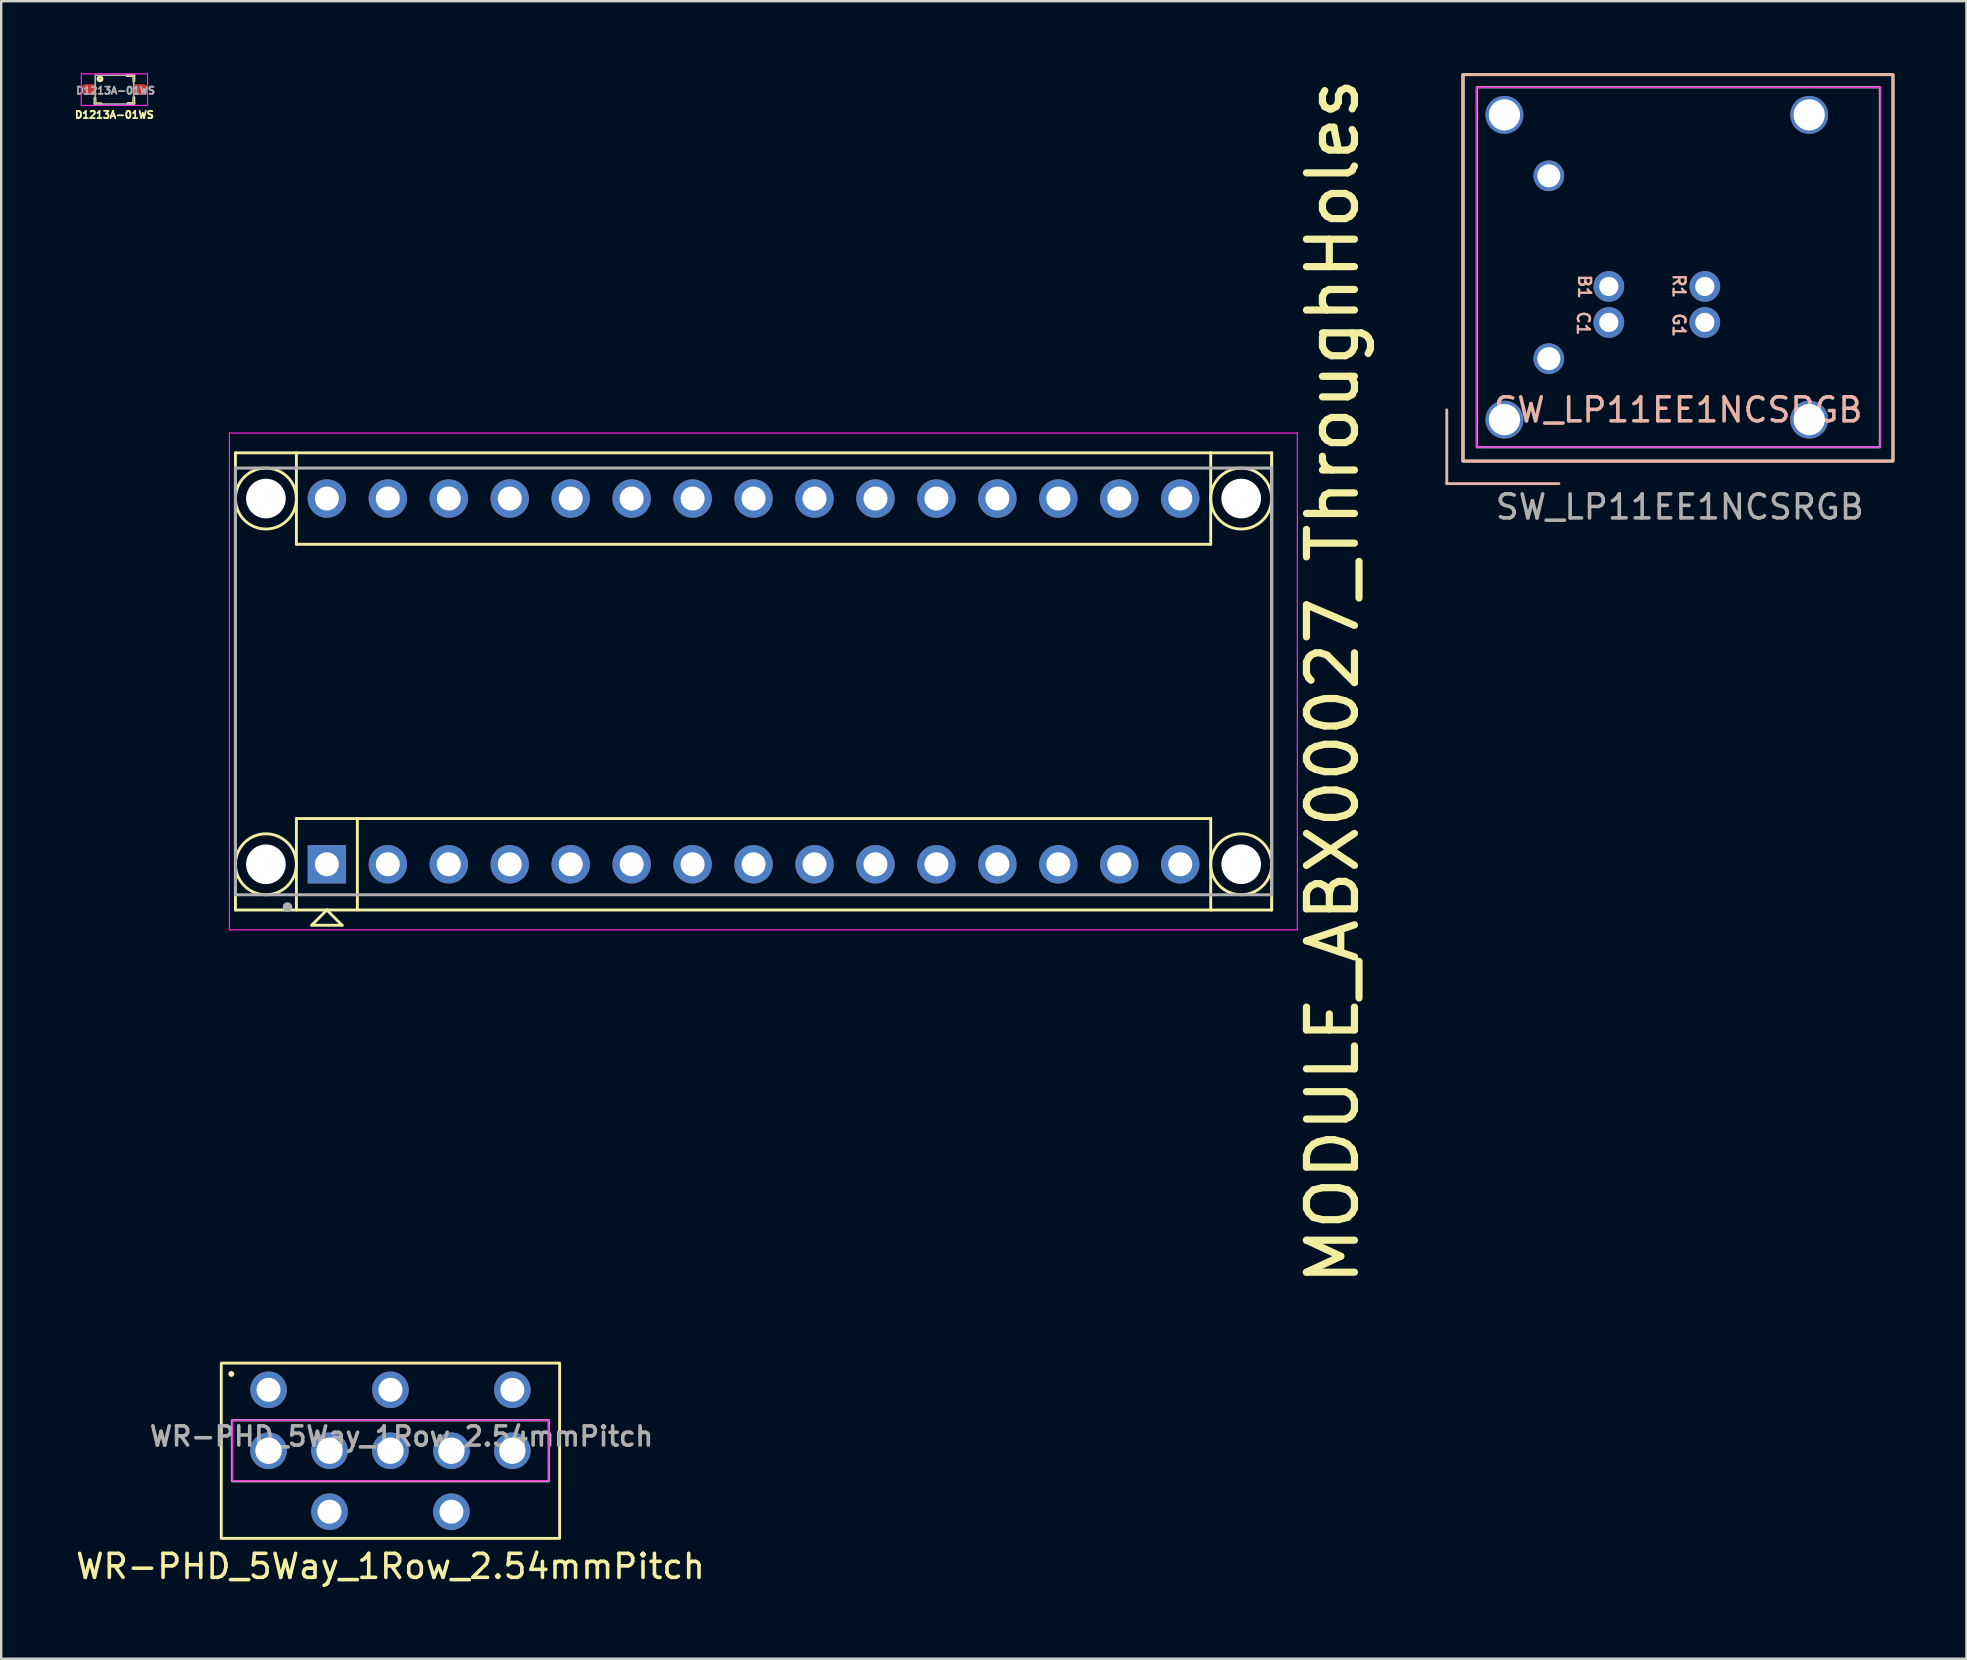
<source format=kicad_pcb>
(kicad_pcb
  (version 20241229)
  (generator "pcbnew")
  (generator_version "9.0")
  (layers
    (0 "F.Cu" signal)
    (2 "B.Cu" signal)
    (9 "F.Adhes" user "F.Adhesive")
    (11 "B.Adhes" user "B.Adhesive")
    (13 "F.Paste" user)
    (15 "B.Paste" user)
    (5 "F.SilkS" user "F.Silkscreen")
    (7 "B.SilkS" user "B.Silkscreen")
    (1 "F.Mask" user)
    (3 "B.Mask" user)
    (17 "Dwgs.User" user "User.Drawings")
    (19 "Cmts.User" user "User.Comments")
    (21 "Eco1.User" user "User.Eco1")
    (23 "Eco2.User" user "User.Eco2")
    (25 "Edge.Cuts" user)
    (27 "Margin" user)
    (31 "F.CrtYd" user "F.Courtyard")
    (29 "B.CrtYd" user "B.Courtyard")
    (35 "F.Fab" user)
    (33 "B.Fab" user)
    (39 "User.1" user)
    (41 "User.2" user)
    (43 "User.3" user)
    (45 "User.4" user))
  (footprint "MODULE_ABX00027_ThroughHoles"
    (layer "F.Cu")
    (at 28.351 25.345)
    (property "Reference" "MODULE_ABX00027_ThroughHoles" (at 24.13 0 90) (layer "F.SilkS") (effects (font (size 2 2) (thickness 0.3))))
    (attr smd)
    (fp_line (start -21.59 -9.525) (end 19.05 -9.525) (stroke (width 0.12) (type solid)) (layer "F.SilkS"))
    (fp_line (start -21.59 9.525) (end -21.59 -9.525) (stroke (width 0.12) (type solid)) (layer "F.SilkS"))
    (fp_line (start -19.05 -5.715) (end -19.05 -9.525) (stroke (width 0.12) (type solid)) (layer "F.SilkS"))
    (fp_line (start -19.05 5.715) (end 19.05 5.715) (stroke (width 0.12) (type solid)) (layer "F.SilkS"))
    (fp_line (start -19.05 9.525) (end -21.59 9.525) (stroke (width 0.12) (type solid)) (layer "F.SilkS"))
    (fp_line (start -19.05 9.525) (end -19.05 5.715) (stroke (width 0.12) (type solid)) (layer "F.SilkS"))
    (fp_line (start -18.415 10.16) (end -17.145 10.16) (stroke (width 0.12) (type solid)) (layer "F.SilkS"))
    (fp_line (start -17.78 9.525) (end -18.415 10.16) (stroke (width 0.12) (type solid)) (layer "F.SilkS"))
    (fp_line (start -17.145 10.16) (end -17.78 9.525) (stroke (width 0.12) (type solid)) (layer "F.SilkS"))
    (fp_line (start -16.51 5.715) (end -16.51 9.525) (stroke (width 0.12) (type solid)) (layer "F.SilkS"))
    (fp_line (start 19.05 -9.525) (end 19.05 -5.715) (stroke (width 0.12) (type solid)) (layer "F.SilkS"))
    (fp_line (start 19.05 -9.525) (end 21.59 -9.525) (stroke (width 0.12) (type solid)) (layer "F.SilkS"))
    (fp_line (start 19.05 -5.715) (end -19.05 -5.715) (stroke (width 0.12) (type solid)) (layer "F.SilkS"))
    (fp_line (start 19.05 5.715) (end 19.05 9.525) (stroke (width 0.12) (type solid)) (layer "F.SilkS"))
    (fp_line (start 19.05 9.525) (end -19.05 9.525) (stroke (width 0.12) (type solid)) (layer "F.SilkS"))
    (fp_line (start 19.05 9.525) (end 21.59 9.525) (stroke (width 0.12) (type solid)) (layer "F.SilkS"))
    (fp_line (start 21.59 9.525) (end 21.59 -9.525) (stroke (width 0.127) (type solid)) (layer "F.SilkS"))
    (fp_circle (center -20.32 -7.62) (end -19.05 -7.62) (stroke (width 0.12) (type solid)) (fill no) (layer "F.SilkS"))
    (fp_circle (center -20.32 7.62) (end -19.05 7.62) (stroke (width 0.12) (type solid)) (fill no) (layer "F.SilkS"))
    (fp_circle (center 20.32 -7.62) (end 21.59 -7.62) (stroke (width 0.12) (type solid)) (fill no) (layer "F.SilkS"))
    (fp_circle (center 20.32 7.62) (end 21.59 7.62) (stroke (width 0.12) (type solid)) (fill no) (layer "F.SilkS"))
    (fp_line (start -21.84 -10.35) (end -21.84 10.35) (stroke (width 0.05) (type solid)) (layer "F.CrtYd"))
    (fp_line (start -21.84 10.35) (end 22.66 10.35) (stroke (width 0.05) (type solid)) (layer "F.CrtYd"))
    (fp_line (start 22.66 -10.35) (end -21.84 -10.35) (stroke (width 0.05) (type solid)) (layer "F.CrtYd"))
    (fp_line (start 22.66 10.35) (end 22.66 -10.35) (stroke (width 0.05) (type solid)) (layer "F.CrtYd"))
    (fp_line (start -21.59 -8.89) (end -21.59 8.89) (stroke (width 0.127) (type solid)) (layer "F.Fab"))
    (fp_line (start -21.59 -8.89) (end -21.59 8.89) (stroke (width 0.127) (type solid)) (layer "F.Fab"))
    (fp_line (start -21.59 8.89) (end 21.59 8.89) (stroke (width 0.127) (type solid)) (layer "F.Fab"))
    (fp_line (start 21.59 -8.89) (end -21.59 -8.89) (stroke (width 0.127) (type solid)) (layer "F.Fab"))
    (fp_line (start 21.59 8.89) (end 21.59 -8.89) (stroke (width 0.127) (type solid)) (layer "F.Fab"))
    (fp_circle (center -19.42 9.4) (end -19.32 9.4) (stroke (width 0.2) (type solid)) (fill no) (layer "F.Fab"))
    (pad "" np_thru_hole circle (at -20.32 -7.62) (size 1.651 1.651) (drill 1.651) (layers "*.Cu" "*.Mask"))
    (pad "" np_thru_hole circle (at -20.32 7.62) (size 1.651 1.651) (drill 1.651) (layers "*.Cu" "*.Mask"))
    (pad "" np_thru_hole circle (at 20.32 -7.62) (size 1.651 1.651) (drill 1.651) (layers "*.Cu" "*.Mask"))
    (pad "" np_thru_hole circle (at 20.32 7.62) (size 1.651 1.651) (drill 1.651) (layers "*.Cu" "*.Mask"))
    (pad "1" thru_hole rect (at -17.78 7.62) (size 1.6 1.6) (drill 1) (layers "*.Cu" "*.Mask"))
    (pad "2" thru_hole circle (at -15.24 7.62) (size 1.6 1.6) (drill 1) (layers "*.Cu" "*.Mask"))
    (pad "3" thru_hole circle (at -12.7 7.62) (size 1.6 1.6) (drill 1) (layers "*.Cu" "*.Mask"))
    (pad "4" thru_hole circle (at -10.16 7.62) (size 1.6 1.6) (drill 1) (layers "*.Cu" "*.Mask"))
    (pad "5" thru_hole circle (at -7.62 7.62) (size 1.6 1.6) (drill 1) (layers "*.Cu" "*.Mask"))
    (pad "6" thru_hole circle (at -5.08 7.62) (size 1.6 1.6) (drill 1) (layers "*.Cu" "*.Mask"))
    (pad "7" thru_hole circle (at -2.54 7.62) (size 1.6 1.6) (drill 1) (layers "*.Cu" "*.Mask"))
    (pad "8" thru_hole circle (at 0 7.62) (size 1.6 1.6) (drill 1) (layers "*.Cu" "*.Mask"))
    (pad "9" thru_hole circle (at 2.54 7.62) (size 1.6 1.6) (drill 1) (layers "*.Cu" "*.Mask"))
    (pad "10" thru_hole circle (at 5.08 7.62) (size 1.6 1.6) (drill 1) (layers "*.Cu" "*.Mask"))
    (pad "11" thru_hole circle (at 7.62 7.62) (size 1.6 1.6) (drill 1) (layers "*.Cu" "*.Mask"))
    (pad "12" thru_hole circle (at 10.16 7.62) (size 1.6 1.6) (drill 1) (layers "*.Cu" "*.Mask"))
    (pad "13" thru_hole circle (at 12.7 7.62) (size 1.6 1.6) (drill 1) (layers "*.Cu" "*.Mask"))
    (pad "14" thru_hole circle (at 15.24 7.62) (size 1.6 1.6) (drill 1) (layers "*.Cu" "*.Mask"))
    (pad "15" thru_hole circle (at 17.78 7.62) (size 1.6 1.6) (drill 1) (layers "*.Cu" "*.Mask"))
    (pad "16" thru_hole circle (at 17.78 -7.62) (size 1.6 1.6) (drill 1) (layers "*.Cu" "*.Mask"))
    (pad "17" thru_hole circle (at 15.24 -7.62) (size 1.6 1.6) (drill 1) (layers "*.Cu" "*.Mask"))
    (pad "18" thru_hole circle (at 12.7 -7.62) (size 1.6 1.6) (drill 1) (layers "*.Cu" "*.Mask"))
    (pad "19" thru_hole circle (at 10.16 -7.62) (size 1.6 1.6) (drill 1) (layers "*.Cu" "*.Mask"))
    (pad "20" thru_hole circle (at 7.62 -7.62) (size 1.6 1.6) (drill 1) (layers "*.Cu" "*.Mask"))
    (pad "21" thru_hole circle (at 5.08 -7.62) (size 1.6 1.6) (drill 1) (layers "*.Cu" "*.Mask"))
    (pad "22" thru_hole circle (at 2.54 -7.62) (size 1.6 1.6) (drill 1) (layers "*.Cu" "*.Mask"))
    (pad "23" thru_hole circle (at 0 -7.62) (size 1.6 1.6) (drill 1) (layers "*.Cu" "*.Mask"))
    (pad "24" thru_hole circle (at -2.54 -7.62) (size 1.6 1.6) (drill 1) (layers "*.Cu" "*.Mask"))
    (pad "25" thru_hole circle (at -5.08 -7.62) (size 1.6 1.6) (drill 1) (layers "*.Cu" "*.Mask"))
    (pad "26" thru_hole circle (at -7.62 -7.62) (size 1.6 1.6) (drill 1) (layers "*.Cu" "*.Mask"))
    (pad "27" thru_hole circle (at -10.16 -7.62) (size 1.6 1.6) (drill 1) (layers "*.Cu" "*.Mask"))
    (pad "28" thru_hole circle (at -12.7 -7.62) (size 1.6 1.6) (drill 1) (layers "*.Cu" "*.Mask"))
    (pad "29" thru_hole circle (at -15.24 -7.62) (size 1.6 1.6) (drill 1) (layers "*.Cu" "*.Mask"))
    (pad "30" thru_hole circle (at -17.78 -7.62) (size 1.6 1.6) (drill 1) (layers "*.Cu" "*.Mask")))
  (footprint "WR-PHD_5Way_1Row_2.54mmPitch"
    (layer "F.Cu")
    (at 13.22 57.403)
    (property "Reference" "WR-PHD_5Way_1Row_2.54mmPitch" (at 0 4.82 0) (unlocked yes) (layer "F.SilkS") (effects (font (size 1 1) (thickness 0.15))))
    (attr through_hole)
    (fp_rect (start -7.05 -3.652) (end 7.05 3.652) (stroke (width 0.12) (type solid)) (fill no) (layer "F.SilkS"))
    (fp_circle (center -6.63 -3.2) (end -6.57 -3.18) (stroke (width 0.12) (type solid)) (fill no) (layer "F.SilkS"))
    (fp_rect (start -6.59 1.25) (end 6.6 -1.27) (stroke (width 0.05) (type solid)) (fill no) (layer "F.CrtYd"))
    (fp_rect (start -6.6 -1.27) (end 6.6 1.27) (stroke (width 0.1) (type solid)) (fill no) (layer "F.Fab"))
    (fp_text user "${REFERENCE}" (at 0.46 -0.6 0) (unlocked yes) (layer "F.Fab") (effects (font (size 0.8 0.8) (thickness 0.15))))
    (pad "" thru_hole circle (at -5.08 0) (size 1.524 1.524) (drill 1.1) (layers "*.Cu" "*.Mask"))
    (pad "" thru_hole circle (at -2.54 0) (size 1.524 1.524) (drill 1.1) (layers "*.Cu" "*.Mask"))
    (pad "" thru_hole circle (at 0 0) (size 1.524 1.524) (drill 1.1) (layers "*.Cu" "*.Mask"))
    (pad "" thru_hole circle (at 2.54 0) (size 1.524 1.524) (drill 1.1) (layers "*.Cu" "*.Mask"))
    (pad "" thru_hole circle (at 5.08 0) (size 1.524 1.524) (drill 1.1) (layers "*.Cu" "*.Mask"))
    (pad "1" thru_hole circle (at -5.08 -2.54) (size 1.524 1.524) (drill 1) (layers "*.Cu" "*.Mask"))
    (pad "2" thru_hole circle (at -2.54 2.54) (size 1.524 1.524) (drill 1) (layers "*.Cu" "*.Mask"))
    (pad "3" thru_hole circle (at 0 -2.54) (size 1.524 1.524) (drill 1) (layers "*.Cu" "*.Mask"))
    (pad "4" thru_hole circle (at 2.54 2.54) (size 1.524 1.524) (drill 1) (layers "*.Cu" "*.Mask"))
    (pad "5" thru_hole circle (at 5.08 -2.54) (size 1.524 1.524) (drill 1) (layers "*.Cu" "*.Mask")))
  (footprint "D1213A-01WS"
    (layer "F.Cu")
    (at 1.718 0.685)
    (property "Reference" "D1213A-01WS" (at 0 1.05 0) (unlocked yes) (layer "F.SilkS") (effects (font (size 0.3 0.3) (thickness 0.075))))
    (attr smd)
    (fp_line (start -0.81 0.35) (end -0.81 0.59) (stroke (width 0.12) (type solid)) (layer "F.SilkS"))
    (fp_line (start -0.81 0.59) (end -0.55 0.59) (stroke (width 0.12) (type solid)) (layer "F.SilkS"))
    (fp_line (start 0.81 -0.59) (end 0.52 -0.59) (stroke (width 0.12) (type solid)) (layer "F.SilkS"))
    (fp_line (start 0.81 -0.36) (end 0.81 -0.59) (stroke (width 0.12) (type solid)) (layer "F.SilkS"))
    (fp_line (start 0.81 0.33) (end 0.81 0.58) (stroke (width 0.12) (type solid)) (layer "F.SilkS"))
    (fp_line (start 0.81 0.58) (end 0.56 0.58) (stroke (width 0.12) (type solid)) (layer "F.SilkS"))
    (fp_circle (center -0.6 -0.45) (end -0.578 -0.45) (stroke (width 0.12) (type solid)) (fill no) (layer "F.SilkS"))
    (fp_rect (start -1.38 -0.66) (end 1.38 0.66) (stroke (width 0.05) (type solid)) (fill no) (layer "F.CrtYd"))
    (fp_rect (start -0.8 -0.6) (end 0.8 0.6) (stroke (width 0.07) (type solid)) (fill no) (layer "F.Fab"))
    (fp_text user "${REFERENCE}" (at 0.05 0.04 0) (unlocked yes) (layer "F.Fab") (effects (font (size 0.3 0.3) (thickness 0.075))))
    (pad "1" smd roundrect (at -1.055 0) (size 0.59 0.45) (layers "F.Cu" "F.Mask" "F.Paste") (roundrect_rratio 0.25))
    (pad "2" smd roundrect (at 1.055 0) (size 0.59 0.45) (layers "F.Cu" "F.Mask" "F.Paste") (roundrect_rratio 0.25)))
  (footprint "SW_LP11EE1NCSRGB"
    (layer "F.Cu")
    (at 66.89 8.086)
    (property "Reference" "SW_LP11EE1NCSRGB" (at 0 5.944 0) (unlocked yes) (layer "B.SilkS") (effects (font (size 1 1) (thickness 0.15))))
    (attr through_hole)
    (fp_rect (start -8.966 -8.026) (end 8.941 8.077) (stroke (width 0.12) (type solid)) (fill no) (layer "F.SilkS"))
    (fp_line (start -9.652 5.944) (end -9.652 9.017) (stroke (width 0.12) (type solid)) (layer "B.SilkS"))
    (fp_line (start -9.652 9.017) (end -4.978 9.017) (stroke (width 0.12) (type solid)) (layer "B.SilkS"))
    (fp_rect (start -8.992 -8.026) (end 8.941 8.077) (stroke (width 0.12) (type solid)) (fill no) (layer "B.SilkS"))
    (fp_rect (start -8.407 -7.493) (end 8.407 7.493) (stroke (width 0.05) (type solid)) (fill no) (layer "F.CrtYd"))
    (fp_rect (start -8.4 -7.5) (end 8.4 7.5) (stroke (width 0.1) (type solid)) (fill no) (layer "F.Fab"))
    (fp_text user "C1" (at -3.962 2.337 270) (unlocked yes) (layer "B.SilkS") (effects (font (size 0.5 0.5) (thickness 0.1))))
    (fp_text user "G1" (at 0.025 2.413 270) (unlocked yes) (layer "B.SilkS") (effects (font (size 0.5 0.5) (thickness 0.1))))
    (fp_text user "B1" (at -3.912 0.813 270) (unlocked yes) (layer "B.SilkS") (effects (font (size 0.5 0.5) (thickness 0.1))))
    (fp_text user "R1" (at 0.025 0.787 270) (unlocked yes) (layer "B.SilkS") (effects (font (size 0.5 0.5) (thickness 0.1))))
    (fp_text user "${REFERENCE}" (at 0.06 9.99 0) (unlocked yes) (layer "F.Fab") (effects (font (size 1 1) (thickness 0.15))))
    (pad "" thru_hole circle (at -7.25 -6.35) (size 1.578 1.578) (drill 1.3) (layers "*.Cu" "*.Mask"))
    (pad "" thru_hole circle (at -7.25 6.35) (size 1.578 1.578) (drill 1.3) (layers "*.Cu" "*.Mask"))
    (pad "" thru_hole circle (at 5.45 -6.35) (size 1.578 1.578) (drill 1.3) (layers "*.Cu" "*.Mask"))
    (pad "" thru_hole circle (at 5.45 6.35) (size 1.578 1.578) (drill 1.3) (layers "*.Cu" "*.Mask"))
    (pad "1" thru_hole circle (at -5.4 -3.81 180) (size 1.28 1.28) (drill 0.96) (layers "*.Cu" "*.Mask"))
    (pad "2" thru_hole circle (at -5.4 3.81 180) (size 1.28 1.28) (drill 0.96) (layers "*.Cu" "*.Mask"))
    (pad "3" thru_hole circle (at 1.1 0.8 180) (size 1.28 1.28) (drill 0.8) (layers "*.Cu" "*.Mask"))
    (pad "4" thru_hole circle (at 1.1 2.3 180) (size 1.28 1.28) (drill 0.8) (layers "*.Cu" "*.Mask"))
    (pad "5" thru_hole circle (at -2.9 0.8 180) (size 1.28 1.28) (drill 0.8) (layers "*.Cu" "*.Mask"))
    (pad "6" thru_hole circle (at -2.9 2.3 180) (size 1.28 1.28) (drill 0.8) (layers "*.Cu" "*.Mask")))
  (gr_rect
    (start -3 -3)
    (end 78.891 66.071)
    (stroke (width 0.1) (type default))
    (fill no)
    (layer "Edge.Cuts")))
</source>
